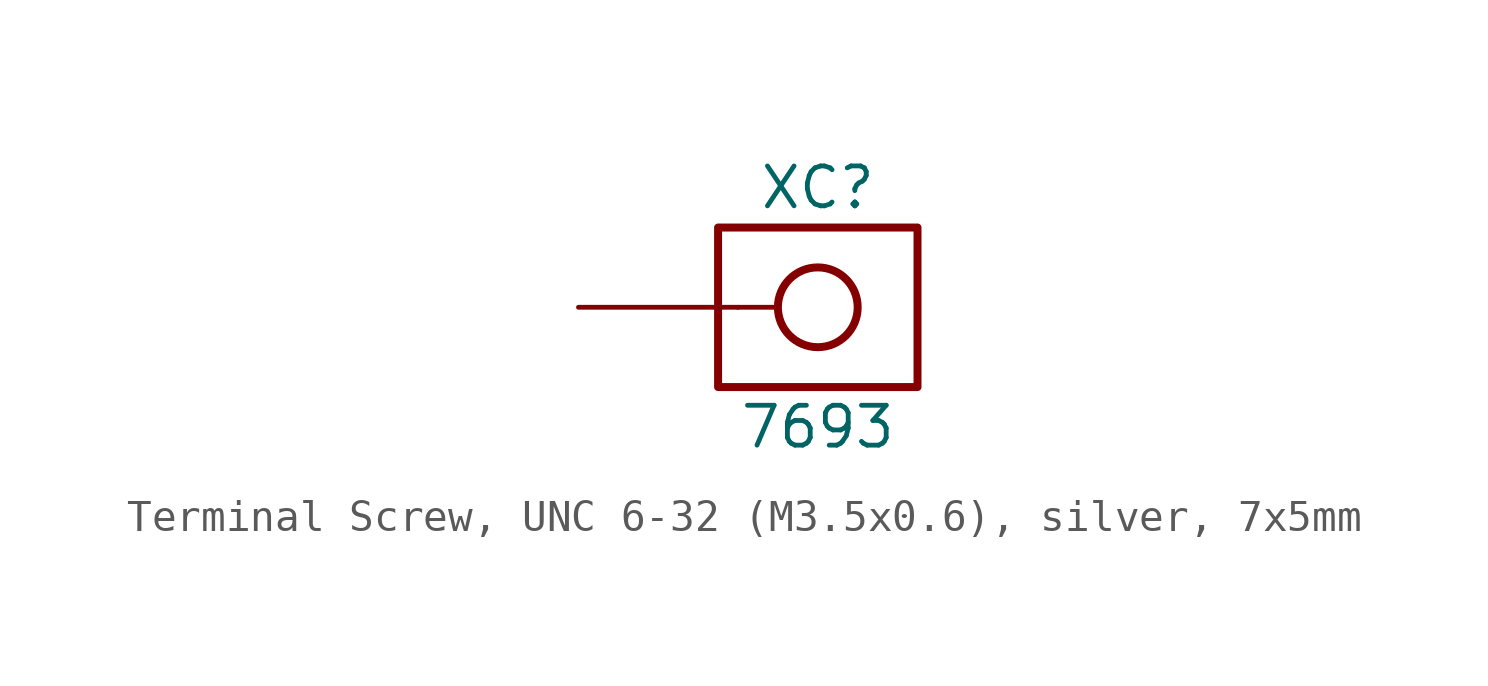
<source format=kicad_sym>
(kicad_symbol_lib
  (version 20231120)
  (generator "kicad_symbol_editor")
  (generator_version "8.0")
  (symbol "Terminal Screw, UNC 6-32 (M3.5x0.6), silver, 7x5mm"
    (pin_numbers hide)
    (pin_names
      (offset 1.016) hide)
    (property "Reference" "XC"
      (at 0 3.81 0)
      (effects (font (size 1.27 1.27))))
    (property "Value" "7693"
      (at 0 -3.81 0)
      (effects (font (size 1.27 1.27))))
    (symbol "Terminal Screw, UNC 6-32 (M3.5x0.6), silver, 7x5mm_1_0"
      (polyline (pts (xy -2.54 0) (xy -1.27 0)) (stroke (width 0) (type default)) (fill (type none))))
    (symbol "Terminal Screw, UNC 6-32 (M3.5x0.6), silver, 7x5mm_1_1"
      (rectangle (start -3.175 2.54) (end 3.175 -2.54) (stroke (width 0.254) (type default)) (fill (type none)))
      (circle (center 0 0) (radius 1.27) (stroke (width 0.254) (type default)) (fill (type none)))
      (pin passive line (at -7.62 0 0) (length 5.08) (name "1" (effects (font (size 1.27 1.27)))) (number "1" (effects (font (size 1.27 1.27))))))))
</source>
